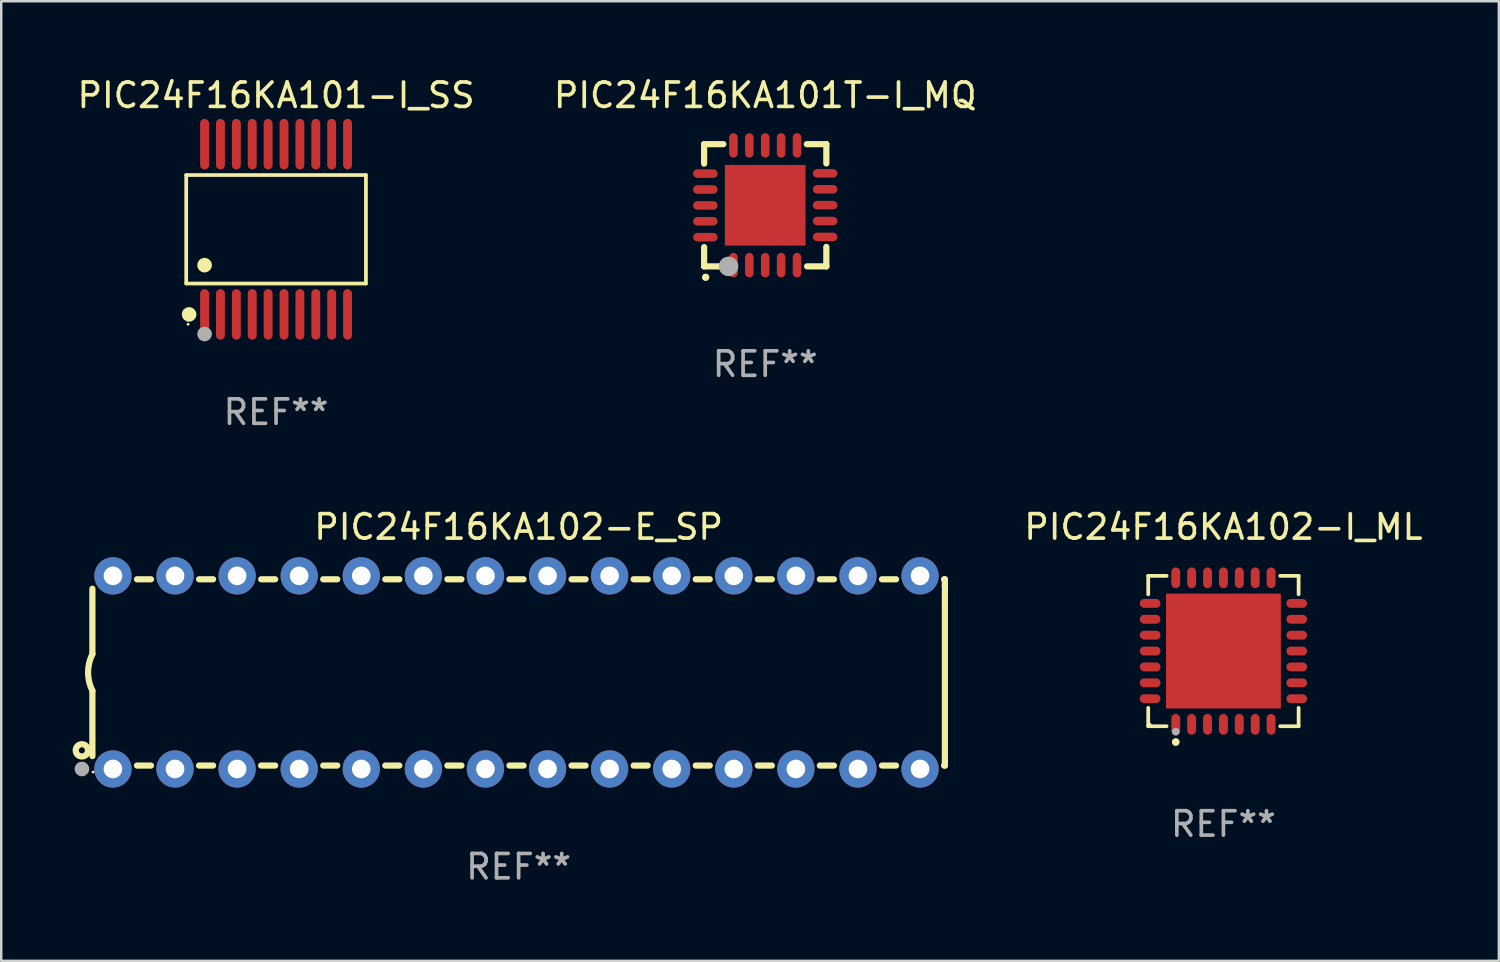
<source format=kicad_pcb>
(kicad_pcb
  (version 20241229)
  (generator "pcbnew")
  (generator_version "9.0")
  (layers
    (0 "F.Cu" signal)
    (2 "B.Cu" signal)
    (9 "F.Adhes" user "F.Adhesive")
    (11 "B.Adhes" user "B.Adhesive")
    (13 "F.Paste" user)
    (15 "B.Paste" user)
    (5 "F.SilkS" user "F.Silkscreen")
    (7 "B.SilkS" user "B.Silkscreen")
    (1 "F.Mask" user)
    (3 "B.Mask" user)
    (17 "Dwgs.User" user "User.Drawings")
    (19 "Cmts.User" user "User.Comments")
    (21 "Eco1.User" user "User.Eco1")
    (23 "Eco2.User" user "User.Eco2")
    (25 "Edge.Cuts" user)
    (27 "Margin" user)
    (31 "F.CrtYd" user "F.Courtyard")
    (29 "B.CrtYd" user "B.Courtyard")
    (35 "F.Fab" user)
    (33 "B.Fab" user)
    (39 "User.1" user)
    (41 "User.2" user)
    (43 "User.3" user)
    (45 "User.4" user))
  (footprint "PIC24F16KA101-I_SS"
    (layer "F.Cu")
    (at 8.244 6.33)
    (property "Reference" "PIC24F16KA101-I_SS" (at 0 -5.482 0) (layer "F.SilkS") (effects (font (size 1 1) (thickness 0.15))))
    (attr through_hole)
    (fp_line (start -3.676 -2.219) (end 3.676 -2.219) (stroke (width 0.152) (type solid)) (layer "F.SilkS"))
    (fp_line (start -3.676 2.219) (end -3.676 -2.219) (stroke (width 0.152) (type solid)) (layer "F.SilkS"))
    (fp_line (start 3.676 -2.219) (end 3.676 2.219) (stroke (width 0.152) (type solid)) (layer "F.SilkS"))
    (fp_line (start 3.676 2.219) (end -3.676 2.219) (stroke (width 0.152) (type solid)) (layer "F.SilkS"))
    (fp_circle (center -3.6 3.885) (end -3.57 3.885) (stroke (width 0.06) (type solid)) (fill no) (layer "F.SilkS"))
    (fp_circle (center -3.559 3.482) (end -3.409 3.482) (stroke (width 0.3) (type solid)) (fill no) (layer "F.SilkS"))
    (fp_circle (center -2.925 1.467) (end -2.775 1.467) (stroke (width 0.3) (type solid)) (fill no) (layer "F.SilkS"))
    (fp_circle (center -2.925 4.285) (end -2.775 4.285) (stroke (width 0.3) (type solid)) (fill no) (layer "F.Fab"))
    (fp_text user "REF**" (at 0 7.482 0) (layer "F.Fab") (effects (font (size 1 1) (thickness 0.15))))
    (pad "1" smd oval (at -2.925 3.482) (size 0.364 2.069) (layers "F.Cu" "F.Mask" "F.Paste"))
    (pad "2" smd oval (at -2.275 3.482) (size 0.364 2.069) (layers "F.Cu" "F.Mask" "F.Paste"))
    (pad "3" smd oval (at -1.625 3.482) (size 0.364 2.069) (layers "F.Cu" "F.Mask" "F.Paste"))
    (pad "4" smd oval (at -0.975 3.482) (size 0.364 2.069) (layers "F.Cu" "F.Mask" "F.Paste"))
    (pad "5" smd oval (at -0.325 3.482) (size 0.364 2.069) (layers "F.Cu" "F.Mask" "F.Paste"))
    (pad "6" smd oval (at 0.325 3.482) (size 0.364 2.069) (layers "F.Cu" "F.Mask" "F.Paste"))
    (pad "7" smd oval (at 0.975 3.482) (size 0.364 2.069) (layers "F.Cu" "F.Mask" "F.Paste"))
    (pad "8" smd oval (at 1.625 3.482) (size 0.364 2.069) (layers "F.Cu" "F.Mask" "F.Paste"))
    (pad "9" smd oval (at 2.275 3.482) (size 0.364 2.069) (layers "F.Cu" "F.Mask" "F.Paste"))
    (pad "10" smd oval (at 2.925 3.482) (size 0.364 2.069) (layers "F.Cu" "F.Mask" "F.Paste"))
    (pad "11" smd oval (at 2.925 -3.482) (size 0.364 2.069) (layers "F.Cu" "F.Mask" "F.Paste"))
    (pad "12" smd oval (at 2.275 -3.482) (size 0.364 2.069) (layers "F.Cu" "F.Mask" "F.Paste"))
    (pad "13" smd oval (at 1.625 -3.482) (size 0.364 2.069) (layers "F.Cu" "F.Mask" "F.Paste"))
    (pad "14" smd oval (at 0.975 -3.482) (size 0.364 2.069) (layers "F.Cu" "F.Mask" "F.Paste"))
    (pad "15" smd oval (at 0.325 -3.482) (size 0.364 2.069) (layers "F.Cu" "F.Mask" "F.Paste"))
    (pad "16" smd oval (at -0.325 -3.482) (size 0.364 2.069) (layers "F.Cu" "F.Mask" "F.Paste"))
    (pad "17" smd oval (at -0.975 -3.482) (size 0.364 2.069) (layers "F.Cu" "F.Mask" "F.Paste"))
    (pad "18" smd oval (at -1.625 -3.482) (size 0.364 2.069) (layers "F.Cu" "F.Mask" "F.Paste"))
    (pad "19" smd oval (at -2.275 -3.482) (size 0.364 2.069) (layers "F.Cu" "F.Mask" "F.Paste"))
    (pad "20" smd oval (at -2.925 -3.482) (size 0.364 2.069) (layers "F.Cu" "F.Mask" "F.Paste")))
  (footprint "PIC24F16KA102-I_ML"
    (layer "F.Cu")
    (at 47.001 23.585)
    (property "Reference" "PIC24F16KA102-I_ML" (at 0 -5.076 0) (layer "F.SilkS") (effects (font (size 1 1) (thickness 0.15))))
    (attr through_hole)
    (fp_line (start -3.076 -3.076) (end -2.323 -3.076) (stroke (width 0.152) (type solid)) (layer "F.SilkS"))
    (fp_line (start -3.076 -2.323) (end -3.076 -3.076) (stroke (width 0.152) (type solid)) (layer "F.SilkS"))
    (fp_line (start -3.076 2.323) (end -3.076 3.076) (stroke (width 0.152) (type solid)) (layer "F.SilkS"))
    (fp_line (start -3.076 3.076) (end -2.323 3.076) (stroke (width 0.152) (type solid)) (layer "F.SilkS"))
    (fp_line (start 3.076 -3.076) (end 2.323 -3.076) (stroke (width 0.152) (type solid)) (layer "F.SilkS"))
    (fp_line (start 3.076 -2.323) (end 3.076 -3.076) (stroke (width 0.152) (type solid)) (layer "F.SilkS"))
    (fp_line (start 3.076 2.323) (end 3.076 3.076) (stroke (width 0.152) (type solid)) (layer "F.SilkS"))
    (fp_line (start 3.076 3.076) (end 2.323 3.076) (stroke (width 0.152) (type solid)) (layer "F.SilkS"))
    (fp_circle (center -3 3) (end -2.97 3) (stroke (width 0.06) (type solid)) (fill no) (layer "F.SilkS"))
    (fp_circle (center -1.95 3.722) (end -1.87 3.722) (stroke (width 0.16) (type solid)) (fill no) (layer "F.SilkS"))
    (fp_circle (center -1.95 3.3) (end -1.87 3.3) (stroke (width 0.16) (type solid)) (fill no) (layer "F.Fab"))
    (fp_text user "REF**" (at 0 7.076 0) (layer "F.Fab") (effects (font (size 1 1) (thickness 0.15))))
    (pad "1" smd oval (at -1.95 2.998) (size 0.364 0.847) (layers "F.Cu" "F.Mask" "F.Paste"))
    (pad "2" smd oval (at -1.3 2.998) (size 0.364 0.847) (layers "F.Cu" "F.Mask" "F.Paste"))
    (pad "3" smd oval (at -0.65 2.998) (size 0.364 0.847) (layers "F.Cu" "F.Mask" "F.Paste"))
    (pad "4" smd oval (at 0 2.998) (size 0.364 0.847) (layers "F.Cu" "F.Mask" "F.Paste"))
    (pad "5" smd oval (at 0.65 2.998) (size 0.364 0.847) (layers "F.Cu" "F.Mask" "F.Paste"))
    (pad "6" smd oval (at 1.3 2.998) (size 0.364 0.847) (layers "F.Cu" "F.Mask" "F.Paste"))
    (pad "7" smd oval (at 1.95 2.998) (size 0.364 0.847) (layers "F.Cu" "F.Mask" "F.Paste"))
    (pad "8" smd oval (at 2.998 1.95) (size 0.847 0.364) (layers "F.Cu" "F.Mask" "F.Paste"))
    (pad "9" smd oval (at 2.998 1.3) (size 0.847 0.364) (layers "F.Cu" "F.Mask" "F.Paste"))
    (pad "10" smd oval (at 2.998 0.65) (size 0.847 0.364) (layers "F.Cu" "F.Mask" "F.Paste"))
    (pad "11" smd oval (at 2.998 0) (size 0.847 0.364) (layers "F.Cu" "F.Mask" "F.Paste"))
    (pad "12" smd oval (at 2.998 -0.65) (size 0.847 0.364) (layers "F.Cu" "F.Mask" "F.Paste"))
    (pad "13" smd oval (at 2.998 -1.3) (size 0.847 0.364) (layers "F.Cu" "F.Mask" "F.Paste"))
    (pad "14" smd oval (at 2.998 -1.95) (size 0.847 0.364) (layers "F.Cu" "F.Mask" "F.Paste"))
    (pad "15" smd oval (at 1.95 -2.998) (size 0.364 0.847) (layers "F.Cu" "F.Mask" "F.Paste"))
    (pad "16" smd oval (at 1.3 -2.998) (size 0.364 0.847) (layers "F.Cu" "F.Mask" "F.Paste"))
    (pad "17" smd oval (at 0.65 -2.998) (size 0.364 0.847) (layers "F.Cu" "F.Mask" "F.Paste"))
    (pad "18" smd oval (at 0 -2.998) (size 0.364 0.847) (layers "F.Cu" "F.Mask" "F.Paste"))
    (pad "19" smd oval (at -0.65 -2.998) (size 0.364 0.847) (layers "F.Cu" "F.Mask" "F.Paste"))
    (pad "20" smd oval (at -1.3 -2.998) (size 0.364 0.847) (layers "F.Cu" "F.Mask" "F.Paste"))
    (pad "21" smd oval (at -1.95 -2.998) (size 0.364 0.847) (layers "F.Cu" "F.Mask" "F.Paste"))
    (pad "22" smd oval (at -2.998 -1.95) (size 0.847 0.364) (layers "F.Cu" "F.Mask" "F.Paste"))
    (pad "23" smd oval (at -2.998 -1.3) (size 0.847 0.364) (layers "F.Cu" "F.Mask" "F.Paste"))
    (pad "24" smd oval (at -2.998 -0.65) (size 0.847 0.364) (layers "F.Cu" "F.Mask" "F.Paste"))
    (pad "25" smd oval (at -2.998 0) (size 0.847 0.364) (layers "F.Cu" "F.Mask" "F.Paste"))
    (pad "26" smd oval (at -2.998 0.65) (size 0.847 0.364) (layers "F.Cu" "F.Mask" "F.Paste"))
    (pad "27" smd oval (at -2.998 1.3) (size 0.847 0.364) (layers "F.Cu" "F.Mask" "F.Paste"))
    (pad "28" smd oval (at -2.998 1.95) (size 0.847 0.364) (layers "F.Cu" "F.Mask" "F.Paste"))
    (pad "29" smd rect (at 0 0) (size 4.7 4.7) (layers "F.Cu" "F.Mask" "F.Paste")))
  (footprint "PIC24F16KA102-E_SP"
    (layer "F.Cu")
    (at 18.168 24.459)
    (property "Reference" "PIC24F16KA102-E_SP" (at 0 -5.95 0) (layer "F.SilkS") (effects (font (size 1 1) (thickness 0.15))))
    (attr through_hole)
    (fp_line (start -17.438 0.75) (end -17.438 3.423) (stroke (width 0.254) (type solid)) (layer "F.SilkS"))
    (fp_line (start -17.438 -3.423) (end -17.438 -0.75) (stroke (width 0.254) (type solid)) (layer "F.SilkS"))
    (fp_line (start -15.615 3.81) (end -15.041 3.81) (stroke (width 0.254) (type solid)) (layer "F.SilkS"))
    (fp_line (start -15.041 -3.81) (end -15.614 -3.81) (stroke (width 0.254) (type solid)) (layer "F.SilkS"))
    (fp_line (start -13.075 3.81) (end -12.501 3.81) (stroke (width 0.254) (type solid)) (layer "F.SilkS"))
    (fp_line (start -12.501 -3.81) (end -13.074 -3.81) (stroke (width 0.254) (type solid)) (layer "F.SilkS"))
    (fp_line (start -10.535 3.81) (end -9.961 3.81) (stroke (width 0.254) (type solid)) (layer "F.SilkS"))
    (fp_line (start -9.961 -3.81) (end -10.534 -3.81) (stroke (width 0.254) (type solid)) (layer "F.SilkS"))
    (fp_line (start -7.995 3.81) (end -7.421 3.81) (stroke (width 0.254) (type solid)) (layer "F.SilkS"))
    (fp_line (start -7.421 -3.81) (end -7.995 -3.81) (stroke (width 0.254) (type solid)) (layer "F.SilkS"))
    (fp_line (start -5.455 3.81) (end -4.881 3.81) (stroke (width 0.254) (type solid)) (layer "F.SilkS"))
    (fp_line (start -4.881 -3.81) (end -5.455 -3.81) (stroke (width 0.254) (type solid)) (layer "F.SilkS"))
    (fp_line (start -2.915 3.81) (end -2.341 3.81) (stroke (width 0.254) (type solid)) (layer "F.SilkS"))
    (fp_line (start -2.341 -3.81) (end -2.915 -3.81) (stroke (width 0.254) (type solid)) (layer "F.SilkS"))
    (fp_line (start -0.375 3.81) (end 0.199 3.81) (stroke (width 0.254) (type solid)) (layer "F.SilkS"))
    (fp_line (start 0.199 -3.81) (end -0.375 -3.81) (stroke (width 0.254) (type solid)) (layer "F.SilkS"))
    (fp_line (start 2.165 3.81) (end 2.739 3.81) (stroke (width 0.254) (type solid)) (layer "F.SilkS"))
    (fp_line (start 2.739 -3.81) (end 2.165 -3.81) (stroke (width 0.254) (type solid)) (layer "F.SilkS"))
    (fp_line (start 4.705 3.81) (end 5.279 3.81) (stroke (width 0.254) (type solid)) (layer "F.SilkS"))
    (fp_line (start 5.279 -3.81) (end 4.705 -3.81) (stroke (width 0.254) (type solid)) (layer "F.SilkS"))
    (fp_line (start 7.245 3.81) (end 7.819 3.81) (stroke (width 0.254) (type solid)) (layer "F.SilkS"))
    (fp_line (start 7.819 -3.81) (end 7.245 -3.81) (stroke (width 0.254) (type solid)) (layer "F.SilkS"))
    (fp_line (start 9.785 3.81) (end 10.359 3.81) (stroke (width 0.254) (type solid)) (layer "F.SilkS"))
    (fp_line (start 10.359 -3.81) (end 9.785 -3.81) (stroke (width 0.254) (type solid)) (layer "F.SilkS"))
    (fp_line (start 12.325 3.81) (end 12.899 3.81) (stroke (width 0.254) (type solid)) (layer "F.SilkS"))
    (fp_line (start 12.899 -3.81) (end 12.325 -3.81) (stroke (width 0.254) (type solid)) (layer "F.SilkS"))
    (fp_line (start 14.865 3.81) (end 15.439 3.81) (stroke (width 0.254) (type solid)) (layer "F.SilkS"))
    (fp_line (start 15.439 -3.81) (end 14.865 -3.81) (stroke (width 0.254) (type solid)) (layer "F.SilkS"))
    (fp_line (start 17.405 3.81) (end 17.438 3.81) (stroke (width 0.254) (type solid)) (layer "F.SilkS"))
    (fp_line (start 17.438 -3.81) (end 17.405 -3.81) (stroke (width 0.254) (type solid)) (layer "F.SilkS"))
    (fp_line (start 17.438 -3.556) (end 17.438 -3.81) (stroke (width 0.254) (type solid)) (layer "F.SilkS"))
    (fp_line (start 17.438 3.81) (end 17.438 -3.556) (stroke (width 0.254) (type solid)) (layer "F.SilkS"))
    (fp_arc (start -17.437986 0.749657) (mid -17.614887 -0.000024) (end -17.437783 -0.749657) (stroke (width 0.254001) (type solid)) (layer "F.SilkS"))
    (fp_circle (center -17.868 3.188) (end -17.743 3.188) (stroke (width 0.254) (type solid)) (fill no) (layer "F.SilkS"))
    (fp_circle (center -17.411 4.077) (end -17.381 4.077) (stroke (width 0.06) (type solid)) (fill no) (layer "F.SilkS"))
    (fp_circle (center -17.868 3.95) (end -17.718 3.95) (stroke (width 0.3) (type solid)) (fill no) (layer "F.Fab"))
    (fp_text user "REF**" (at 0 7.95 0) (layer "F.Fab") (effects (font (size 1 1) (thickness 0.15))))
    (pad "1" thru_hole circle (at -16.598 3.95) (size 1.524 1.524) (drill 0.762) (layers "*.Cu" "*.Mask"))
    (pad "2" thru_hole circle (at -14.058 3.95) (size 1.524 1.524) (drill 0.762) (layers "*.Cu" "*.Mask"))
    (pad "3" thru_hole circle (at -11.518 3.95) (size 1.524 1.524) (drill 0.762) (layers "*.Cu" "*.Mask"))
    (pad "4" thru_hole circle (at -8.978 3.95) (size 1.524 1.524) (drill 0.762) (layers "*.Cu" "*.Mask"))
    (pad "5" thru_hole circle (at -6.438 3.95) (size 1.524 1.524) (drill 0.762) (layers "*.Cu" "*.Mask"))
    (pad "6" thru_hole circle (at -3.898 3.95) (size 1.524 1.524) (drill 0.762) (layers "*.Cu" "*.Mask"))
    (pad "7" thru_hole circle (at -1.358 3.95) (size 1.524 1.524) (drill 0.762) (layers "*.Cu" "*.Mask"))
    (pad "8" thru_hole circle (at 1.182 3.95) (size 1.524 1.524) (drill 0.762) (layers "*.Cu" "*.Mask"))
    (pad "9" thru_hole circle (at 3.722 3.95) (size 1.524 1.524) (drill 0.762) (layers "*.Cu" "*.Mask"))
    (pad "10" thru_hole circle (at 6.262 3.95) (size 1.524 1.524) (drill 0.762) (layers "*.Cu" "*.Mask"))
    (pad "11" thru_hole circle (at 8.802 3.95) (size 1.524 1.524) (drill 0.762) (layers "*.Cu" "*.Mask"))
    (pad "12" thru_hole circle (at 11.342 3.95) (size 1.524 1.524) (drill 0.762) (layers "*.Cu" "*.Mask"))
    (pad "13" thru_hole circle (at 13.882 3.95) (size 1.524 1.524) (drill 0.762) (layers "*.Cu" "*.Mask"))
    (pad "14" thru_hole circle (at 16.422 3.95) (size 1.524 1.524) (drill 0.762) (layers "*.Cu" "*.Mask"))
    (pad "15" thru_hole circle (at 16.422 -3.95) (size 1.524 1.524) (drill 0.762) (layers "*.Cu" "*.Mask"))
    (pad "16" thru_hole circle (at 13.882 -3.95) (size 1.524 1.524) (drill 0.762) (layers "*.Cu" "*.Mask"))
    (pad "17" thru_hole circle (at 11.342 -3.95) (size 1.524 1.524) (drill 0.762) (layers "*.Cu" "*.Mask"))
    (pad "18" thru_hole circle (at 8.802 -3.95) (size 1.524 1.524) (drill 0.762) (layers "*.Cu" "*.Mask"))
    (pad "19" thru_hole circle (at 6.262 -3.95) (size 1.524 1.524) (drill 0.762) (layers "*.Cu" "*.Mask"))
    (pad "20" thru_hole circle (at 3.722 -3.95) (size 1.524 1.524) (drill 0.762) (layers "*.Cu" "*.Mask"))
    (pad "21" thru_hole circle (at 1.182 -3.95) (size 1.524 1.524) (drill 0.762) (layers "*.Cu" "*.Mask"))
    (pad "22" thru_hole circle (at -1.358 -3.95) (size 1.524 1.524) (drill 0.762) (layers "*.Cu" "*.Mask"))
    (pad "23" thru_hole circle (at -3.898 -3.95) (size 1.524 1.524) (drill 0.762) (layers "*.Cu" "*.Mask"))
    (pad "24" thru_hole circle (at -6.438 -3.95) (size 1.524 1.524) (drill 0.762) (layers "*.Cu" "*.Mask"))
    (pad "25" thru_hole circle (at -8.978 -3.95) (size 1.524 1.524) (drill 0.762) (layers "*.Cu" "*.Mask"))
    (pad "26" thru_hole circle (at -11.517 -3.95) (size 1.524 1.524) (drill 0.762) (layers "*.Cu" "*.Mask"))
    (pad "27" thru_hole circle (at -14.057 -3.95) (size 1.524 1.524) (drill 0.762) (layers "*.Cu" "*.Mask"))
    (pad "28" thru_hole circle (at -16.597 -3.95) (size 1.524 1.524) (drill 0.762) (layers "*.Cu" "*.Mask")))
  (footprint "PIC24F16KA101T-I_MQ"
    (layer "F.Cu")
    (at 28.256 5.348)
    (property "Reference" "PIC24F16KA101T-I_MQ" (at 0 -4.5 0) (layer "F.SilkS") (effects (font (size 1 1) (thickness 0.15))))
    (attr through_hole)
    (fp_line (start -2.5 -2.5) (end -1.712 -2.5) (stroke (width 0.254) (type solid)) (layer "F.SilkS"))
    (fp_line (start -2.5 -1.702) (end -2.5 -2.5) (stroke (width 0.254) (type solid)) (layer "F.SilkS"))
    (fp_line (start -2.5 2.5) (end -2.5 1.712) (stroke (width 0.254) (type solid)) (layer "F.SilkS"))
    (fp_line (start -1.702 2.5) (end -2.5 2.5) (stroke (width 0.254) (type solid)) (layer "F.SilkS"))
    (fp_line (start 1.702 -2.5) (end 2.5 -2.5) (stroke (width 0.254) (type solid)) (layer "F.SilkS"))
    (fp_line (start 2.5 -2.5) (end 2.5 -1.712) (stroke (width 0.254) (type solid)) (layer "F.SilkS"))
    (fp_line (start 2.5 1.702) (end 2.5 2.5) (stroke (width 0.254) (type solid)) (layer "F.SilkS"))
    (fp_line (start 2.5 2.5) (end 1.712 2.5) (stroke (width 0.254) (type solid)) (layer "F.SilkS"))
    (fp_arc (start -2.438405 2.946406) (mid -2.437135 2.946401) (end -2.435865 2.946406) (stroke (width 0.3) (type solid)) (layer "F.SilkS"))
    (fp_circle (center -2.5 2.5) (end -2.45 2.5) (stroke (width 0.1) (type solid)) (fill no) (layer "F.SilkS"))
    (fp_circle (center -1.5 2.5) (end -1.3 2.5) (stroke (width 0.4) (type solid)) (fill no) (layer "F.Fab"))
    (fp_text user "REF**" (at 0 6.5 0) (layer "F.Fab") (effects (font (size 1 1) (thickness 0.15))))
    (pad "1" smd oval (at -1.3 2.45) (size 0.35 1) (layers "F.Cu" "F.Mask" "F.Paste"))
    (pad "2" smd oval (at -0.65 2.45) (size 0.35 1) (layers "F.Cu" "F.Mask" "F.Paste"))
    (pad "3" smd oval (at 0 2.45) (size 0.35 1) (layers "F.Cu" "F.Mask" "F.Paste"))
    (pad "4" smd oval (at 0.65 2.45) (size 0.35 1) (layers "F.Cu" "F.Mask" "F.Paste"))
    (pad "5" smd oval (at 1.3 2.45) (size 0.35 1) (layers "F.Cu" "F.Mask" "F.Paste"))
    (pad "6" smd oval (at 2.45 1.295) (size 1 0.35) (layers "F.Cu" "F.Mask" "F.Paste"))
    (pad "7" smd oval (at 2.45 0.645) (size 1 0.35) (layers "F.Cu" "F.Mask" "F.Paste"))
    (pad "8" smd oval (at 2.45 -0.005) (size 1 0.35) (layers "F.Cu" "F.Mask" "F.Paste"))
    (pad "9" smd oval (at 2.45 -0.655) (size 1 0.35) (layers "F.Cu" "F.Mask" "F.Paste"))
    (pad "10" smd oval (at 2.45 -1.306) (size 1 0.35) (layers "F.Cu" "F.Mask" "F.Paste"))
    (pad "11" smd oval (at 1.3 -2.45) (size 0.35 1) (layers "F.Cu" "F.Mask" "F.Paste"))
    (pad "12" smd oval (at 0.65 -2.45) (size 0.35 1) (layers "F.Cu" "F.Mask" "F.Paste"))
    (pad "13" smd oval (at 0 -2.45) (size 0.35 1) (layers "F.Cu" "F.Mask" "F.Paste"))
    (pad "14" smd oval (at -0.65 -2.45) (size 0.35 1) (layers "F.Cu" "F.Mask" "F.Paste"))
    (pad "15" smd oval (at -1.3 -2.45) (size 0.35 1) (layers "F.Cu" "F.Mask" "F.Paste"))
    (pad "16" smd oval (at -2.45 -1.295) (size 1 0.35) (layers "F.Cu" "F.Mask" "F.Paste"))
    (pad "17" smd oval (at -2.45 -0.645) (size 1 0.35) (layers "F.Cu" "F.Mask" "F.Paste"))
    (pad "18" smd oval (at -2.45 0.005) (size 1 0.35) (layers "F.Cu" "F.Mask" "F.Paste"))
    (pad "19" smd oval (at -2.45 0.655) (size 1 0.35) (layers "F.Cu" "F.Mask" "F.Paste"))
    (pad "20" smd oval (at -2.45 1.306) (size 1 0.35) (layers "F.Cu" "F.Mask" "F.Paste"))
    (pad "21" smd rect (at 0 0) (size 3.3 3.3) (layers "F.Cu" "F.Mask" "F.Paste")))
  (gr_rect
    (start -3 -3)
    (end 58.269 36.257)
    (stroke (width 0.1) (type default))
    (fill no)
    (layer "Edge.Cuts")))
</source>
